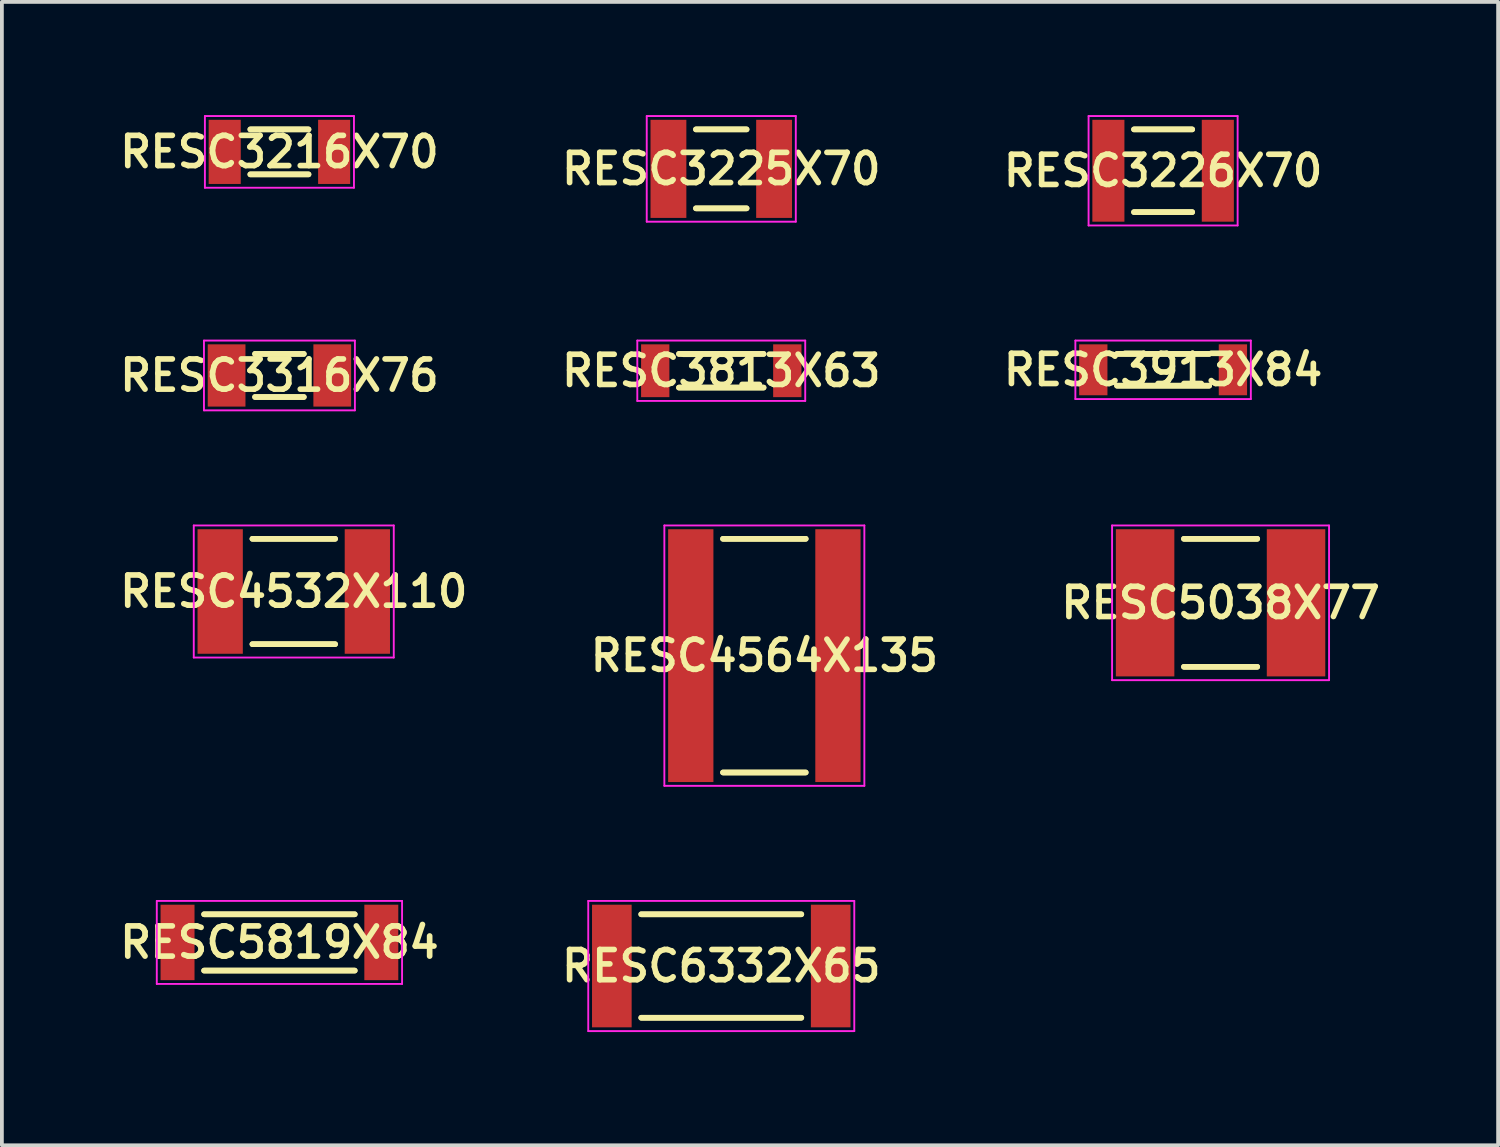
<source format=kicad_pcb>
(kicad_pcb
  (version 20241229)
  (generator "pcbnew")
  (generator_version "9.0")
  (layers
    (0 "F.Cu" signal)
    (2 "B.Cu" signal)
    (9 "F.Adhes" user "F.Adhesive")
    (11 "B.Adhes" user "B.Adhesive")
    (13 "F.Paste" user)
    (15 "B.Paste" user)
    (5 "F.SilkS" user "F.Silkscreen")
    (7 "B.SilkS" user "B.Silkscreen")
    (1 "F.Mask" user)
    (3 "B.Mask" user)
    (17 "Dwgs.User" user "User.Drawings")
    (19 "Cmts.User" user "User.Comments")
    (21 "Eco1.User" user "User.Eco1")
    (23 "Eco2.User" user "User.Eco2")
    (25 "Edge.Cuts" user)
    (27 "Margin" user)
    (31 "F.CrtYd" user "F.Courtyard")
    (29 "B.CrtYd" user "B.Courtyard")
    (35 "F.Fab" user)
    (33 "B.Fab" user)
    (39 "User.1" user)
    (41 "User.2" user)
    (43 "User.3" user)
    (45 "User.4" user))
  (footprint "RESC3316X76"
    (layer "F.Cu")
    (at 4.355 6.9)
    (property "Reference" "RESC3316X76" (at 0 0 0) (layer "F.SilkS") (effects (font (size 0.8 0.8) (thickness 0.15))))
    (attr smd)
    (fp_line (start -0.646 -0.571) (end 0.646 -0.571) (stroke (width 0.15) (type solid)) (layer "F.SilkS"))
    (fp_line (start -0.646 0.571) (end 0.646 0.571) (stroke (width 0.15) (type solid)) (layer "F.SilkS"))
    (fp_line (start 0.646 -0.571) (end -0.646 -0.571) (stroke (width 0.15) (type solid)) (layer "F.SilkS"))
    (fp_line (start 0.646 0.571) (end -0.646 0.571) (stroke (width 0.15) (type solid)) (layer "F.SilkS"))
    (fp_line (start -2 -0.925) (end 2 -0.925) (stroke (width 0.05) (type solid)) (layer "F.CrtYd"))
    (fp_line (start -2 0.925) (end -2 -0.925) (stroke (width 0.05) (type solid)) (layer "F.CrtYd"))
    (fp_line (start 2 -0.925) (end 2 0.925) (stroke (width 0.05) (type solid)) (layer "F.CrtYd"))
    (fp_line (start 2 0.925) (end -2 0.925) (stroke (width 0.05) (type solid)) (layer "F.CrtYd"))
    (pad "1" smd rect (at -1.4 0) (size 1 1.65) (layers "F.Cu" "F.Mask" "F.Paste"))
    (pad "2" smd rect (at 1.4 0) (size 1 1.65) (layers "F.Cu" "F.Mask" "F.Paste")))
  (footprint "RESC4564X135"
    (layer "F.Cu")
    (at 17.206 14.325)
    (property "Reference" "RESC4564X135" (at 0 0 0) (layer "F.SilkS") (effects (font (size 0.8 0.8) (thickness 0.15))))
    (attr smd)
    (fp_line (start -1.096 -3.096) (end 1.096 -3.096) (stroke (width 0.15) (type solid)) (layer "F.SilkS"))
    (fp_line (start -1.096 3.096) (end 1.096 3.096) (stroke (width 0.15) (type solid)) (layer "F.SilkS"))
    (fp_line (start 1.096 -3.096) (end -1.096 -3.096) (stroke (width 0.15) (type solid)) (layer "F.SilkS"))
    (fp_line (start 1.096 3.096) (end -1.096 3.096) (stroke (width 0.15) (type solid)) (layer "F.SilkS"))
    (fp_line (start -2.65 -3.45) (end 2.65 -3.45) (stroke (width 0.05) (type solid)) (layer "F.CrtYd"))
    (fp_line (start -2.65 3.45) (end -2.65 -3.45) (stroke (width 0.05) (type solid)) (layer "F.CrtYd"))
    (fp_line (start 2.65 -3.45) (end 2.65 3.45) (stroke (width 0.05) (type solid)) (layer "F.CrtYd"))
    (fp_line (start 2.65 3.45) (end -2.65 3.45) (stroke (width 0.05) (type solid)) (layer "F.CrtYd"))
    (pad "1" smd rect (at -1.95 0) (size 1.2 6.7) (layers "F.Cu" "F.Mask" "F.Paste"))
    (pad "2" smd rect (at 1.95 0) (size 1.2 6.7) (layers "F.Cu" "F.Mask" "F.Paste")))
  (footprint "RESC3225X70"
    (layer "F.Cu")
    (at 16.064 1.425)
    (property "Reference" "RESC3225X70" (at 0 0 0) (layer "F.SilkS") (effects (font (size 0.8 0.8) (thickness 0.15))))
    (attr smd)
    (fp_line (start -0.671 -1.046) (end 0.671 -1.046) (stroke (width 0.15) (type solid)) (layer "F.SilkS"))
    (fp_line (start -0.671 1.046) (end 0.671 1.046) (stroke (width 0.15) (type solid)) (layer "F.SilkS"))
    (fp_line (start 0.671 -1.046) (end -0.671 -1.046) (stroke (width 0.15) (type solid)) (layer "F.SilkS"))
    (fp_line (start 0.671 1.046) (end -0.671 1.046) (stroke (width 0.15) (type solid)) (layer "F.SilkS"))
    (fp_line (start -1.975 -1.4) (end 1.975 -1.4) (stroke (width 0.05) (type solid)) (layer "F.CrtYd"))
    (fp_line (start -1.975 1.4) (end -1.975 -1.4) (stroke (width 0.05) (type solid)) (layer "F.CrtYd"))
    (fp_line (start 1.975 -1.4) (end 1.975 1.4) (stroke (width 0.05) (type solid)) (layer "F.CrtYd"))
    (fp_line (start 1.975 1.4) (end -1.975 1.4) (stroke (width 0.05) (type solid)) (layer "F.CrtYd"))
    (pad "1" smd rect (at -1.4 0) (size 0.95 2.6) (layers "F.Cu" "F.Mask" "F.Paste"))
    (pad "2" smd rect (at 1.4 0) (size 0.95 2.6) (layers "F.Cu" "F.Mask" "F.Paste")))
  (footprint "RESC5819X84"
    (layer "F.Cu")
    (at 4.355 21.925)
    (property "Reference" "RESC5819X84" (at 0 0 0) (layer "F.SilkS") (effects (font (size 0.8 0.8) (thickness 0.15))))
    (attr smd)
    (fp_line (start -1.996 -0.746) (end 1.996 -0.746) (stroke (width 0.15) (type solid)) (layer "F.SilkS"))
    (fp_line (start -1.996 0.746) (end 1.996 0.746) (stroke (width 0.15) (type solid)) (layer "F.SilkS"))
    (fp_line (start 1.996 -0.746) (end -1.996 -0.746) (stroke (width 0.15) (type solid)) (layer "F.SilkS"))
    (fp_line (start 1.996 0.746) (end -1.996 0.746) (stroke (width 0.15) (type solid)) (layer "F.SilkS"))
    (fp_line (start -3.25 -1.1) (end 3.25 -1.1) (stroke (width 0.05) (type solid)) (layer "F.CrtYd"))
    (fp_line (start -3.25 1.1) (end -3.25 -1.1) (stroke (width 0.05) (type solid)) (layer "F.CrtYd"))
    (fp_line (start 3.25 -1.1) (end 3.25 1.1) (stroke (width 0.05) (type solid)) (layer "F.CrtYd"))
    (fp_line (start 3.25 1.1) (end -3.25 1.1) (stroke (width 0.05) (type solid)) (layer "F.CrtYd"))
    (pad "1" smd rect (at -2.7 0) (size 0.9 2) (layers "F.Cu" "F.Mask" "F.Paste"))
    (pad "2" smd rect (at 2.7 0) (size 0.9 2) (layers "F.Cu" "F.Mask" "F.Paste")))
  (footprint "RESC4532X110"
    (layer "F.Cu")
    (at 4.735 12.625)
    (property "Reference" "RESC4532X110" (at 0 0 0) (layer "F.SilkS") (effects (font (size 0.8 0.8) (thickness 0.15))))
    (attr smd)
    (fp_line (start -1.096 -1.396) (end 1.096 -1.396) (stroke (width 0.15) (type solid)) (layer "F.SilkS"))
    (fp_line (start -1.096 1.396) (end 1.096 1.396) (stroke (width 0.15) (type solid)) (layer "F.SilkS"))
    (fp_line (start 1.096 -1.396) (end -1.096 -1.396) (stroke (width 0.15) (type solid)) (layer "F.SilkS"))
    (fp_line (start 1.096 1.396) (end -1.096 1.396) (stroke (width 0.15) (type solid)) (layer "F.SilkS"))
    (fp_line (start -2.65 -1.75) (end 2.65 -1.75) (stroke (width 0.05) (type solid)) (layer "F.CrtYd"))
    (fp_line (start -2.65 1.75) (end -2.65 -1.75) (stroke (width 0.05) (type solid)) (layer "F.CrtYd"))
    (fp_line (start 2.65 -1.75) (end 2.65 1.75) (stroke (width 0.05) (type solid)) (layer "F.CrtYd"))
    (fp_line (start 2.65 1.75) (end -2.65 1.75) (stroke (width 0.05) (type solid)) (layer "F.CrtYd"))
    (pad "1" smd rect (at -1.95 0) (size 1.2 3.3) (layers "F.Cu" "F.Mask" "F.Paste"))
    (pad "2" smd rect (at 1.95 0) (size 1.2 3.3) (layers "F.Cu" "F.Mask" "F.Paste")))
  (footprint "RESC5038X77"
    (layer "F.Cu")
    (at 29.296 12.925)
    (property "Reference" "RESC5038X77" (at 0 0 0) (layer "F.SilkS") (effects (font (size 0.8 0.8) (thickness 0.15))))
    (attr smd)
    (fp_line (start -0.971 -1.696) (end 0.971 -1.696) (stroke (width 0.15) (type solid)) (layer "F.SilkS"))
    (fp_line (start -0.971 1.696) (end 0.971 1.696) (stroke (width 0.15) (type solid)) (layer "F.SilkS"))
    (fp_line (start 0.971 -1.696) (end -0.971 -1.696) (stroke (width 0.15) (type solid)) (layer "F.SilkS"))
    (fp_line (start 0.971 1.696) (end -0.971 1.696) (stroke (width 0.15) (type solid)) (layer "F.SilkS"))
    (fp_line (start -2.875 -2.05) (end 2.875 -2.05) (stroke (width 0.05) (type solid)) (layer "F.CrtYd"))
    (fp_line (start -2.875 2.05) (end -2.875 -2.05) (stroke (width 0.05) (type solid)) (layer "F.CrtYd"))
    (fp_line (start 2.875 -2.05) (end 2.875 2.05) (stroke (width 0.05) (type solid)) (layer "F.CrtYd"))
    (fp_line (start 2.875 2.05) (end -2.875 2.05) (stroke (width 0.05) (type solid)) (layer "F.CrtYd"))
    (pad "1" smd rect (at -2 0) (size 1.55 3.9) (layers "F.Cu" "F.Mask" "F.Paste"))
    (pad "2" smd rect (at 2 0) (size 1.55 3.9) (layers "F.Cu" "F.Mask" "F.Paste")))
  (footprint "RESC3216X70"
    (layer "F.Cu")
    (at 4.355 0.975)
    (property "Reference" "RESC3216X70" (at 0 0 0) (layer "F.SilkS") (effects (font (size 0.8 0.8) (thickness 0.15))))
    (attr smd)
    (fp_line (start -0.771 -0.596) (end 0.771 -0.596) (stroke (width 0.15) (type solid)) (layer "F.SilkS"))
    (fp_line (start -0.771 0.596) (end 0.771 0.596) (stroke (width 0.15) (type solid)) (layer "F.SilkS"))
    (fp_line (start 0.771 -0.596) (end -0.771 -0.596) (stroke (width 0.15) (type solid)) (layer "F.SilkS"))
    (fp_line (start 0.771 0.596) (end -0.771 0.596) (stroke (width 0.15) (type solid)) (layer "F.SilkS"))
    (fp_line (start -1.975 -0.95) (end 1.975 -0.95) (stroke (width 0.05) (type solid)) (layer "F.CrtYd"))
    (fp_line (start -1.975 0.95) (end -1.975 -0.95) (stroke (width 0.05) (type solid)) (layer "F.CrtYd"))
    (fp_line (start 1.975 -0.95) (end 1.975 0.95) (stroke (width 0.05) (type solid)) (layer "F.CrtYd"))
    (fp_line (start 1.975 0.95) (end -1.975 0.95) (stroke (width 0.05) (type solid)) (layer "F.CrtYd"))
    (pad "1" smd rect (at -1.45 0) (size 0.85 1.7) (layers "F.Cu" "F.Mask" "F.Paste"))
    (pad "2" smd rect (at 1.45 0) (size 0.85 1.7) (layers "F.Cu" "F.Mask" "F.Paste")))
  (footprint "RESC6332X65"
    (layer "F.Cu")
    (at 16.064 22.55)
    (property "Reference" "RESC6332X65" (at 0 0 0) (layer "F.SilkS") (effects (font (size 0.8 0.8) (thickness 0.15))))
    (attr smd)
    (fp_line (start -2.121 -1.371) (end 2.121 -1.371) (stroke (width 0.15) (type solid)) (layer "F.SilkS"))
    (fp_line (start -2.121 1.371) (end 2.121 1.371) (stroke (width 0.15) (type solid)) (layer "F.SilkS"))
    (fp_line (start 2.121 -1.371) (end -2.121 -1.371) (stroke (width 0.15) (type solid)) (layer "F.SilkS"))
    (fp_line (start 2.121 1.371) (end -2.121 1.371) (stroke (width 0.15) (type solid)) (layer "F.SilkS"))
    (fp_line (start -3.525 -1.725) (end 3.525 -1.725) (stroke (width 0.05) (type solid)) (layer "F.CrtYd"))
    (fp_line (start -3.525 1.725) (end -3.525 -1.725) (stroke (width 0.05) (type solid)) (layer "F.CrtYd"))
    (fp_line (start 3.525 -1.725) (end 3.525 1.725) (stroke (width 0.05) (type solid)) (layer "F.CrtYd"))
    (fp_line (start 3.525 1.725) (end -3.525 1.725) (stroke (width 0.05) (type solid)) (layer "F.CrtYd"))
    (pad "1" smd rect (at -2.9 0) (size 1.05 3.25) (layers "F.Cu" "F.Mask" "F.Paste"))
    (pad "2" smd rect (at 2.9 0) (size 1.05 3.25) (layers "F.Cu" "F.Mask" "F.Paste")))
  (footprint "RESC3813X63"
    (layer "F.Cu")
    (at 16.064 6.775)
    (property "Reference" "RESC3813X63" (at 0 0 0) (layer "F.SilkS") (effects (font (size 0.8 0.8) (thickness 0.15))))
    (attr smd)
    (fp_line (start -1.121 -0.446) (end 1.121 -0.446) (stroke (width 0.15) (type solid)) (layer "F.SilkS"))
    (fp_line (start -1.121 0.446) (end 1.121 0.446) (stroke (width 0.15) (type solid)) (layer "F.SilkS"))
    (fp_line (start 1.121 -0.446) (end -1.121 -0.446) (stroke (width 0.15) (type solid)) (layer "F.SilkS"))
    (fp_line (start 1.121 0.446) (end -1.121 0.446) (stroke (width 0.15) (type solid)) (layer "F.SilkS"))
    (fp_line (start -2.225 -0.8) (end 2.225 -0.8) (stroke (width 0.05) (type solid)) (layer "F.CrtYd"))
    (fp_line (start -2.225 0.8) (end -2.225 -0.8) (stroke (width 0.05) (type solid)) (layer "F.CrtYd"))
    (fp_line (start 2.225 -0.8) (end 2.225 0.8) (stroke (width 0.05) (type solid)) (layer "F.CrtYd"))
    (fp_line (start 2.225 0.8) (end -2.225 0.8) (stroke (width 0.05) (type solid)) (layer "F.CrtYd"))
    (pad "1" smd rect (at -1.75 0) (size 0.75 1.4) (layers "F.Cu" "F.Mask" "F.Paste"))
    (pad "2" smd rect (at 1.75 0) (size 0.75 1.4) (layers "F.Cu" "F.Mask" "F.Paste")))
  (footprint "RESC3226X70"
    (layer "F.Cu")
    (at 27.773 1.475)
    (property "Reference" "RESC3226X70" (at 0 0 0) (layer "F.SilkS") (effects (font (size 0.8 0.8) (thickness 0.15))))
    (attr smd)
    (fp_line (start -0.771 -1.096) (end 0.771 -1.096) (stroke (width 0.15) (type solid)) (layer "F.SilkS"))
    (fp_line (start -0.771 1.096) (end 0.771 1.096) (stroke (width 0.15) (type solid)) (layer "F.SilkS"))
    (fp_line (start 0.771 -1.096) (end -0.771 -1.096) (stroke (width 0.15) (type solid)) (layer "F.SilkS"))
    (fp_line (start 0.771 1.096) (end -0.771 1.096) (stroke (width 0.15) (type solid)) (layer "F.SilkS"))
    (fp_line (start -1.975 -1.45) (end 1.975 -1.45) (stroke (width 0.05) (type solid)) (layer "F.CrtYd"))
    (fp_line (start -1.975 1.45) (end -1.975 -1.45) (stroke (width 0.05) (type solid)) (layer "F.CrtYd"))
    (fp_line (start 1.975 -1.45) (end 1.975 1.45) (stroke (width 0.05) (type solid)) (layer "F.CrtYd"))
    (fp_line (start 1.975 1.45) (end -1.975 1.45) (stroke (width 0.05) (type solid)) (layer "F.CrtYd"))
    (pad "1" smd rect (at -1.45 0) (size 0.85 2.7) (layers "F.Cu" "F.Mask" "F.Paste"))
    (pad "2" smd rect (at 1.45 0) (size 0.85 2.7) (layers "F.Cu" "F.Mask" "F.Paste")))
  (footprint "RESC3913X84"
    (layer "F.Cu")
    (at 27.773 6.75)
    (property "Reference" "RESC3913X84" (at 0 0 0) (layer "F.SilkS") (effects (font (size 0.8 0.8) (thickness 0.15))))
    (attr smd)
    (fp_line (start -1.221 -0.421) (end 1.221 -0.421) (stroke (width 0.15) (type solid)) (layer "F.SilkS"))
    (fp_line (start -1.221 0.421) (end 1.221 0.421) (stroke (width 0.15) (type solid)) (layer "F.SilkS"))
    (fp_line (start 1.221 -0.421) (end -1.221 -0.421) (stroke (width 0.15) (type solid)) (layer "F.SilkS"))
    (fp_line (start 1.221 0.421) (end -1.221 0.421) (stroke (width 0.15) (type solid)) (layer "F.SilkS"))
    (fp_line (start -2.325 -0.775) (end 2.325 -0.775) (stroke (width 0.05) (type solid)) (layer "F.CrtYd"))
    (fp_line (start -2.325 0.775) (end -2.325 -0.775) (stroke (width 0.05) (type solid)) (layer "F.CrtYd"))
    (fp_line (start 2.325 -0.775) (end 2.325 0.775) (stroke (width 0.05) (type solid)) (layer "F.CrtYd"))
    (fp_line (start 2.325 0.775) (end -2.325 0.775) (stroke (width 0.05) (type solid)) (layer "F.CrtYd"))
    (pad "1" smd rect (at -1.85 0) (size 0.75 1.35) (layers "F.Cu" "F.Mask" "F.Paste"))
    (pad "2" smd rect (at 1.85 0) (size 0.75 1.35) (layers "F.Cu" "F.Mask" "F.Paste")))
  (gr_rect
    (start -3 -3)
    (end 36.651 27.3)
    (stroke (width 0.1) (type default))
    (fill no)
    (layer "Edge.Cuts")))
</source>
